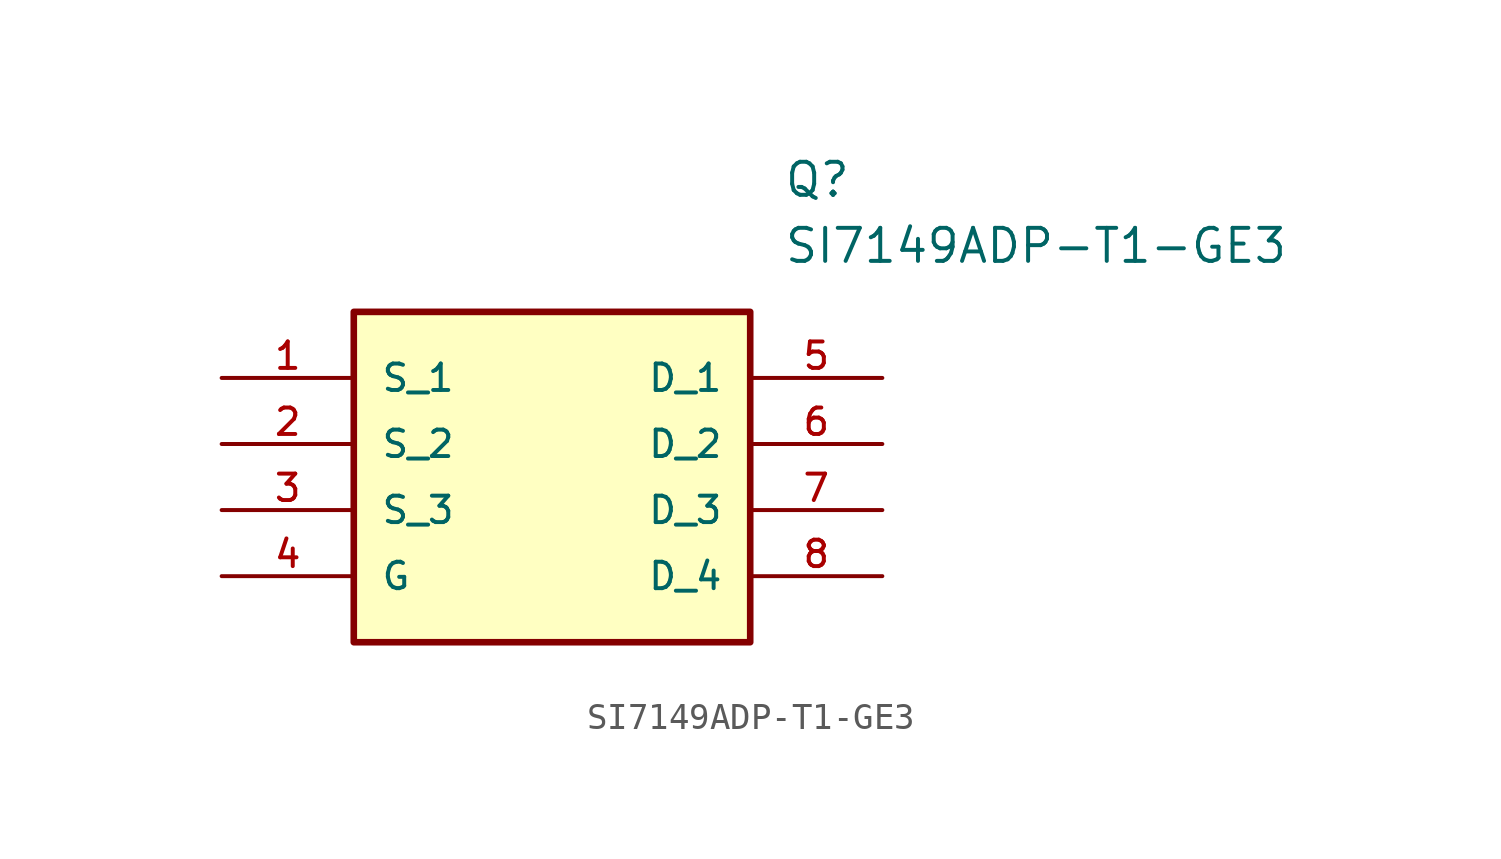
<source format=kicad_sym>
(kicad_symbol_lib
  (version 20211014)
  (generator kicad_symbol_editor)
  (symbol "SI7149ADP-T1-GE3"
    (pin_names
      (offset 1.016))
    (property "Reference" "Q"
      (at 21.59 7.62 0)
      (effects (font (size 1.27 1.27)) (justify left)))
    (property "Value" "SI7149ADP-T1-GE3"
      (at 21.59 5.08 0)
      (effects (font (size 1.27 1.27)) (justify left)))
    (symbol "SI7149ADP-T1-GE3_0_0"
      (rectangle (start 5.08 -10.16) (end 20.32 2.54) (stroke (width 0.254)) (fill (type background)))
      (pin bidirectional line (at 0.0 0.0 0) (length 5.08) (name "S_1" (effects (font (size 1.016 1.016)))) (number "1" (effects (font (size 1.016 1.016)))))
      (pin bidirectional line (at 0.0 -2.54 0) (length 5.08) (name "S_2" (effects (font (size 1.016 1.016)))) (number "2" (effects (font (size 1.016 1.016)))))
      (pin bidirectional line (at 0.0 -5.08 0) (length 5.08) (name "S_3" (effects (font (size 1.016 1.016)))) (number "3" (effects (font (size 1.016 1.016)))))
      (pin bidirectional line (at 0.0 -7.62 0) (length 5.08) (name "G" (effects (font (size 1.016 1.016)))) (number "4" (effects (font (size 1.016 1.016)))))
      (pin bidirectional line (at 25.4 0.0 180.0) (length 5.08) (name "D_1" (effects (font (size 1.016 1.016)))) (number "5" (effects (font (size 1.016 1.016)))))
      (pin bidirectional line (at 25.4 -2.54 180.0) (length 5.08) (name "D_2" (effects (font (size 1.016 1.016)))) (number "6" (effects (font (size 1.016 1.016)))))
      (pin bidirectional line (at 25.4 -5.08 180.0) (length 5.08) (name "D_3" (effects (font (size 1.016 1.016)))) (number "7" (effects (font (size 1.016 1.016)))))
      (pin bidirectional line (at 25.4 -7.62 180.0) (length 5.08) (name "D_4" (effects (font (size 1.016 1.016)))) (number "8" (effects (font (size 1.016 1.016))))))))
</source>
